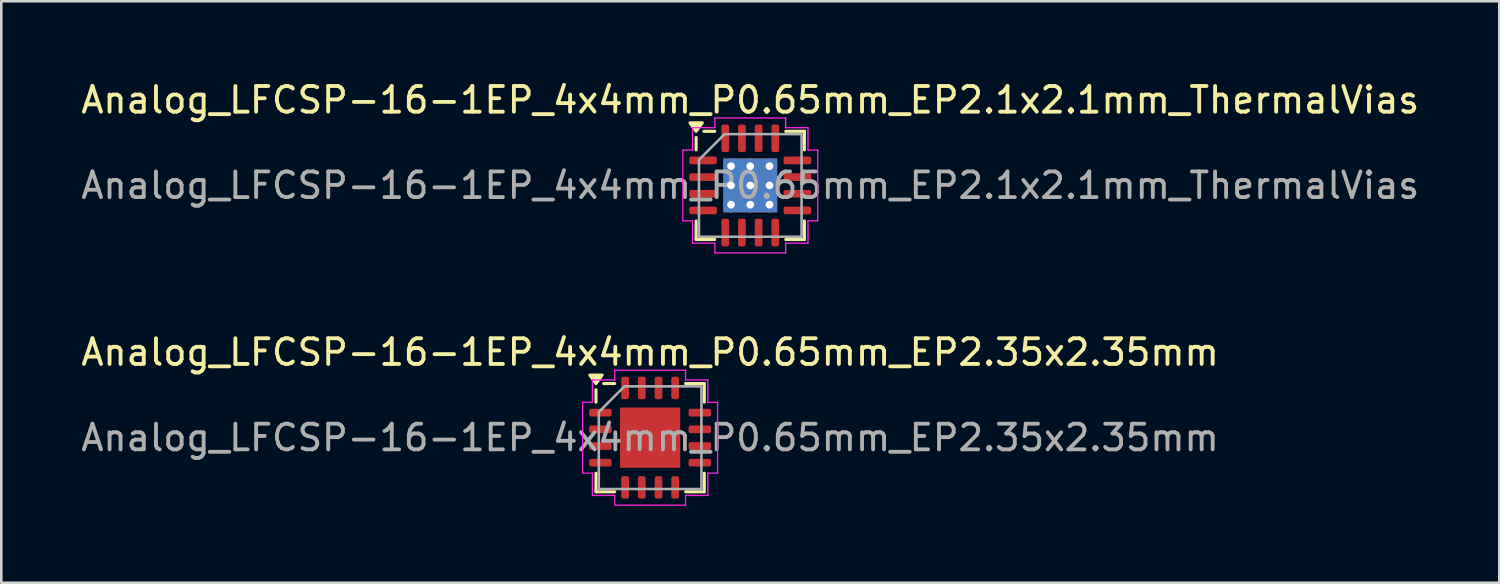
<source format=kicad_pcb>
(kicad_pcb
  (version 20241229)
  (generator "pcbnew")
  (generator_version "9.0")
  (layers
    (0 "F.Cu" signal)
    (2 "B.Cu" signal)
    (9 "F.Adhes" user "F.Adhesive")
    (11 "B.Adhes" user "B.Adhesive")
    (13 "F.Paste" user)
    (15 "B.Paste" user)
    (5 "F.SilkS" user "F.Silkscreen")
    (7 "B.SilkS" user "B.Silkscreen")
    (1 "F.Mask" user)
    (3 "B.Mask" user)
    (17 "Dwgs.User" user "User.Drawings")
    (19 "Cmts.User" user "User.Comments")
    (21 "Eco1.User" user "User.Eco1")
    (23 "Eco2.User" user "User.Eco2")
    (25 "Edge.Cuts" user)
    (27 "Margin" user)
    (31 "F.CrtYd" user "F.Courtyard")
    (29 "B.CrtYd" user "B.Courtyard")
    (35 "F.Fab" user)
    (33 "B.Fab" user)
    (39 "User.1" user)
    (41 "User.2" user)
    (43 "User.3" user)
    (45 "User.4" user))
  (footprint "Analog_LFCSP-16-1EP_4x4mm_P0.65mm_EP2.35x2.35mm"
    (layer "F.Cu")
    (at 22.292 14.011)
    (property "Reference" "Analog_LFCSP-16-1EP_4x4mm_P0.65mm_EP2.35x2.35mm" (at 0 -3.33 0) (layer "F.SilkS") (effects (font (size 1 1) (thickness 0.15))))
    (attr smd)
    (fp_line (start -2.11 -1.385) (end -2.11 -1.87) (stroke (width 0.12) (type solid)) (layer "F.SilkS"))
    (fp_line (start -2.11 2.11) (end -2.11 1.385) (stroke (width 0.12) (type solid)) (layer "F.SilkS"))
    (fp_line (start -1.385 -2.11) (end -1.81 -2.11) (stroke (width 0.12) (type solid)) (layer "F.SilkS"))
    (fp_line (start -1.385 2.11) (end -2.11 2.11) (stroke (width 0.12) (type solid)) (layer "F.SilkS"))
    (fp_line (start 1.385 -2.11) (end 2.11 -2.11) (stroke (width 0.12) (type solid)) (layer "F.SilkS"))
    (fp_line (start 1.385 2.11) (end 2.11 2.11) (stroke (width 0.12) (type solid)) (layer "F.SilkS"))
    (fp_line (start 2.11 -2.11) (end 2.11 -1.385) (stroke (width 0.12) (type solid)) (layer "F.SilkS"))
    (fp_line (start 2.11 2.11) (end 2.11 1.385) (stroke (width 0.12) (type solid)) (layer "F.SilkS"))
    (fp_poly (pts (xy -2.11 -2.11) (xy -2.35 -2.44) (xy -1.87 -2.44)) (stroke (width 0.12) (type solid)) (fill yes) (layer "F.SilkS"))
    (fp_line (start -2.63 -1.38) (end -2.25 -1.38) (stroke (width 0.05) (type solid)) (layer "F.CrtYd"))
    (fp_line (start -2.63 1.38) (end -2.63 -1.38) (stroke (width 0.05) (type solid)) (layer "F.CrtYd"))
    (fp_line (start -2.25 -2.25) (end -1.38 -2.25) (stroke (width 0.05) (type solid)) (layer "F.CrtYd"))
    (fp_line (start -2.25 -1.38) (end -2.25 -2.25) (stroke (width 0.05) (type solid)) (layer "F.CrtYd"))
    (fp_line (start -2.25 1.38) (end -2.63 1.38) (stroke (width 0.05) (type solid)) (layer "F.CrtYd"))
    (fp_line (start -2.25 2.25) (end -2.25 1.38) (stroke (width 0.05) (type solid)) (layer "F.CrtYd"))
    (fp_line (start -1.38 -2.63) (end 1.38 -2.63) (stroke (width 0.05) (type solid)) (layer "F.CrtYd"))
    (fp_line (start -1.38 -2.25) (end -1.38 -2.63) (stroke (width 0.05) (type solid)) (layer "F.CrtYd"))
    (fp_line (start -1.38 2.25) (end -2.25 2.25) (stroke (width 0.05) (type solid)) (layer "F.CrtYd"))
    (fp_line (start -1.38 2.63) (end -1.38 2.25) (stroke (width 0.05) (type solid)) (layer "F.CrtYd"))
    (fp_line (start 1.38 -2.63) (end 1.38 -2.25) (stroke (width 0.05) (type solid)) (layer "F.CrtYd"))
    (fp_line (start 1.38 -2.25) (end 2.25 -2.25) (stroke (width 0.05) (type solid)) (layer "F.CrtYd"))
    (fp_line (start 1.38 2.25) (end 1.38 2.63) (stroke (width 0.05) (type solid)) (layer "F.CrtYd"))
    (fp_line (start 1.38 2.63) (end -1.38 2.63) (stroke (width 0.05) (type solid)) (layer "F.CrtYd"))
    (fp_line (start 2.25 -2.25) (end 2.25 -1.38) (stroke (width 0.05) (type solid)) (layer "F.CrtYd"))
    (fp_line (start 2.25 -1.38) (end 2.63 -1.38) (stroke (width 0.05) (type solid)) (layer "F.CrtYd"))
    (fp_line (start 2.25 1.38) (end 2.25 2.25) (stroke (width 0.05) (type solid)) (layer "F.CrtYd"))
    (fp_line (start 2.25 2.25) (end 1.38 2.25) (stroke (width 0.05) (type solid)) (layer "F.CrtYd"))
    (fp_line (start 2.63 -1.38) (end 2.63 1.38) (stroke (width 0.05) (type solid)) (layer "F.CrtYd"))
    (fp_line (start 2.63 1.38) (end 2.25 1.38) (stroke (width 0.05) (type solid)) (layer "F.CrtYd"))
    (fp_poly (pts (xy -2 -1) (xy -2 2) (xy 2 2) (xy 2 -2) (xy -1 -2)) (stroke (width 0.1) (type solid)) (fill no) (layer "F.Fab"))
    (fp_text user "${REFERENCE}" (at 0 0 0) (layer "F.Fab") (effects (font (size 1 1) (thickness 0.15))))
    (pad "" smd roundrect (at -0.59 -0.59) (size 0.95 0.95) (layers "F.Paste") (roundrect_rratio 0.25))
    (pad "" smd roundrect (at -0.59 0.59) (size 0.95 0.95) (layers "F.Paste") (roundrect_rratio 0.25))
    (pad "" smd roundrect (at 0.59 -0.59) (size 0.95 0.95) (layers "F.Paste") (roundrect_rratio 0.25))
    (pad "" smd roundrect (at 0.59 0.59) (size 0.95 0.95) (layers "F.Paste") (roundrect_rratio 0.25))
    (pad "1" smd roundrect (at -1.938 -0.975) (size 0.875 0.3) (layers "F.Cu" "F.Mask" "F.Paste") (roundrect_rratio 0.25))
    (pad "2" smd roundrect (at -1.938 -0.325) (size 0.875 0.3) (layers "F.Cu" "F.Mask" "F.Paste") (roundrect_rratio 0.25))
    (pad "3" smd roundrect (at -1.938 0.325) (size 0.875 0.3) (layers "F.Cu" "F.Mask" "F.Paste") (roundrect_rratio 0.25))
    (pad "4" smd roundrect (at -1.938 0.975) (size 0.875 0.3) (layers "F.Cu" "F.Mask" "F.Paste") (roundrect_rratio 0.25))
    (pad "5" smd roundrect (at -0.975 1.938) (size 0.3 0.875) (layers "F.Cu" "F.Mask" "F.Paste") (roundrect_rratio 0.25))
    (pad "6" smd roundrect (at -0.325 1.938) (size 0.3 0.875) (layers "F.Cu" "F.Mask" "F.Paste") (roundrect_rratio 0.25))
    (pad "7" smd roundrect (at 0.325 1.938) (size 0.3 0.875) (layers "F.Cu" "F.Mask" "F.Paste") (roundrect_rratio 0.25))
    (pad "8" smd roundrect (at 0.975 1.938) (size 0.3 0.875) (layers "F.Cu" "F.Mask" "F.Paste") (roundrect_rratio 0.25))
    (pad "9" smd roundrect (at 1.938 0.975) (size 0.875 0.3) (layers "F.Cu" "F.Mask" "F.Paste") (roundrect_rratio 0.25))
    (pad "10" smd roundrect (at 1.938 0.325) (size 0.875 0.3) (layers "F.Cu" "F.Mask" "F.Paste") (roundrect_rratio 0.25))
    (pad "11" smd roundrect (at 1.938 -0.325) (size 0.875 0.3) (layers "F.Cu" "F.Mask" "F.Paste") (roundrect_rratio 0.25))
    (pad "12" smd roundrect (at 1.938 -0.975) (size 0.875 0.3) (layers "F.Cu" "F.Mask" "F.Paste") (roundrect_rratio 0.25))
    (pad "13" smd roundrect (at 0.975 -1.938) (size 0.3 0.875) (layers "F.Cu" "F.Mask" "F.Paste") (roundrect_rratio 0.25))
    (pad "14" smd roundrect (at 0.325 -1.938) (size 0.3 0.875) (layers "F.Cu" "F.Mask" "F.Paste") (roundrect_rratio 0.25))
    (pad "15" smd roundrect (at -0.325 -1.938) (size 0.3 0.875) (layers "F.Cu" "F.Mask" "F.Paste") (roundrect_rratio 0.25))
    (pad "16" smd roundrect (at -0.975 -1.938) (size 0.3 0.875) (layers "F.Cu" "F.Mask" "F.Paste") (roundrect_rratio 0.25))
    (pad "17" smd rect (at 0 0) (size 2.35 2.35) (property pad_prop_heatsink) (layers "F.Cu" "F.Mask")))
  (footprint "Analog_LFCSP-16-1EP_4x4mm_P0.65mm_EP2.1x2.1mm_ThermalVias"
    (layer "F.Cu")
    (at 26.196 4.178)
    (property "Reference" "Analog_LFCSP-16-1EP_4x4mm_P0.65mm_EP2.1x2.1mm_ThermalVias" (at 0 -3.33 0) (layer "F.SilkS") (effects (font (size 1 1) (thickness 0.15))))
    (attr smd)
    (fp_line (start -2.11 -1.385) (end -2.11 -1.87) (stroke (width 0.12) (type solid)) (layer "F.SilkS"))
    (fp_line (start -2.11 2.11) (end -2.11 1.385) (stroke (width 0.12) (type solid)) (layer "F.SilkS"))
    (fp_line (start -1.385 -2.11) (end -1.81 -2.11) (stroke (width 0.12) (type solid)) (layer "F.SilkS"))
    (fp_line (start -1.385 2.11) (end -2.11 2.11) (stroke (width 0.12) (type solid)) (layer "F.SilkS"))
    (fp_line (start 1.385 -2.11) (end 2.11 -2.11) (stroke (width 0.12) (type solid)) (layer "F.SilkS"))
    (fp_line (start 1.385 2.11) (end 2.11 2.11) (stroke (width 0.12) (type solid)) (layer "F.SilkS"))
    (fp_line (start 2.11 -2.11) (end 2.11 -1.385) (stroke (width 0.12) (type solid)) (layer "F.SilkS"))
    (fp_line (start 2.11 2.11) (end 2.11 1.385) (stroke (width 0.12) (type solid)) (layer "F.SilkS"))
    (fp_poly (pts (xy -2.11 -2.11) (xy -2.35 -2.44) (xy -1.87 -2.44)) (stroke (width 0.12) (type solid)) (fill yes) (layer "F.SilkS"))
    (fp_line (start -2.63 -1.38) (end -2.25 -1.38) (stroke (width 0.05) (type solid)) (layer "F.CrtYd"))
    (fp_line (start -2.63 1.38) (end -2.63 -1.38) (stroke (width 0.05) (type solid)) (layer "F.CrtYd"))
    (fp_line (start -2.25 -2.25) (end -1.38 -2.25) (stroke (width 0.05) (type solid)) (layer "F.CrtYd"))
    (fp_line (start -2.25 -1.38) (end -2.25 -2.25) (stroke (width 0.05) (type solid)) (layer "F.CrtYd"))
    (fp_line (start -2.25 1.38) (end -2.63 1.38) (stroke (width 0.05) (type solid)) (layer "F.CrtYd"))
    (fp_line (start -2.25 2.25) (end -2.25 1.38) (stroke (width 0.05) (type solid)) (layer "F.CrtYd"))
    (fp_line (start -1.38 -2.63) (end 1.38 -2.63) (stroke (width 0.05) (type solid)) (layer "F.CrtYd"))
    (fp_line (start -1.38 -2.25) (end -1.38 -2.63) (stroke (width 0.05) (type solid)) (layer "F.CrtYd"))
    (fp_line (start -1.38 2.25) (end -2.25 2.25) (stroke (width 0.05) (type solid)) (layer "F.CrtYd"))
    (fp_line (start -1.38 2.63) (end -1.38 2.25) (stroke (width 0.05) (type solid)) (layer "F.CrtYd"))
    (fp_line (start 1.38 -2.63) (end 1.38 -2.25) (stroke (width 0.05) (type solid)) (layer "F.CrtYd"))
    (fp_line (start 1.38 -2.25) (end 2.25 -2.25) (stroke (width 0.05) (type solid)) (layer "F.CrtYd"))
    (fp_line (start 1.38 2.25) (end 1.38 2.63) (stroke (width 0.05) (type solid)) (layer "F.CrtYd"))
    (fp_line (start 1.38 2.63) (end -1.38 2.63) (stroke (width 0.05) (type solid)) (layer "F.CrtYd"))
    (fp_line (start 2.25 -2.25) (end 2.25 -1.38) (stroke (width 0.05) (type solid)) (layer "F.CrtYd"))
    (fp_line (start 2.25 -1.38) (end 2.63 -1.38) (stroke (width 0.05) (type solid)) (layer "F.CrtYd"))
    (fp_line (start 2.25 1.38) (end 2.25 2.25) (stroke (width 0.05) (type solid)) (layer "F.CrtYd"))
    (fp_line (start 2.25 2.25) (end 1.38 2.25) (stroke (width 0.05) (type solid)) (layer "F.CrtYd"))
    (fp_line (start 2.63 -1.38) (end 2.63 1.38) (stroke (width 0.05) (type solid)) (layer "F.CrtYd"))
    (fp_line (start 2.63 1.38) (end 2.25 1.38) (stroke (width 0.05) (type solid)) (layer "F.CrtYd"))
    (fp_poly (pts (xy -2 -1) (xy -2 2) (xy 2 2) (xy 2 -2) (xy -1 -2)) (stroke (width 0.1) (type solid)) (fill no) (layer "F.Fab"))
    (fp_text user "${REFERENCE}" (at 0 0 0) (layer "F.Fab") (effects (font (size 1 1) (thickness 0.15))))
    (pad "" smd roundrect (at -0.525 -0.525) (size 0.91 0.91) (layers "F.Paste") (roundrect_rratio 0.25))
    (pad "" smd roundrect (at -0.525 0.525) (size 0.91 0.91) (layers "F.Paste") (roundrect_rratio 0.25))
    (pad "" smd roundrect (at 0.525 -0.525) (size 0.91 0.91) (layers "F.Paste") (roundrect_rratio 0.25))
    (pad "" smd roundrect (at 0.525 0.525) (size 0.91 0.91) (layers "F.Paste") (roundrect_rratio 0.25))
    (pad "1" smd roundrect (at -1.837 -0.975) (size 1.075 0.3) (layers "F.Cu" "F.Mask" "F.Paste") (roundrect_rratio 0.25))
    (pad "2" smd roundrect (at -1.837 -0.325) (size 1.075 0.3) (layers "F.Cu" "F.Mask" "F.Paste") (roundrect_rratio 0.25))
    (pad "3" smd roundrect (at -1.837 0.325) (size 1.075 0.3) (layers "F.Cu" "F.Mask" "F.Paste") (roundrect_rratio 0.25))
    (pad "4" smd roundrect (at -1.837 0.975) (size 1.075 0.3) (layers "F.Cu" "F.Mask" "F.Paste") (roundrect_rratio 0.25))
    (pad "5" smd roundrect (at -0.975 1.837) (size 0.3 1.075) (layers "F.Cu" "F.Mask" "F.Paste") (roundrect_rratio 0.25))
    (pad "6" smd roundrect (at -0.325 1.837) (size 0.3 1.075) (layers "F.Cu" "F.Mask" "F.Paste") (roundrect_rratio 0.25))
    (pad "7" smd roundrect (at 0.325 1.837) (size 0.3 1.075) (layers "F.Cu" "F.Mask" "F.Paste") (roundrect_rratio 0.25))
    (pad "8" smd roundrect (at 0.975 1.837) (size 0.3 1.075) (layers "F.Cu" "F.Mask" "F.Paste") (roundrect_rratio 0.25))
    (pad "9" smd roundrect (at 1.837 0.975) (size 1.075 0.3) (layers "F.Cu" "F.Mask" "F.Paste") (roundrect_rratio 0.25))
    (pad "10" smd roundrect (at 1.837 0.325) (size 1.075 0.3) (layers "F.Cu" "F.Mask" "F.Paste") (roundrect_rratio 0.25))
    (pad "11" smd roundrect (at 1.837 -0.325) (size 1.075 0.3) (layers "F.Cu" "F.Mask" "F.Paste") (roundrect_rratio 0.25))
    (pad "12" smd roundrect (at 1.837 -0.975) (size 1.075 0.3) (layers "F.Cu" "F.Mask" "F.Paste") (roundrect_rratio 0.25))
    (pad "13" smd roundrect (at 0.975 -1.837) (size 0.3 1.075) (layers "F.Cu" "F.Mask" "F.Paste") (roundrect_rratio 0.25))
    (pad "14" smd roundrect (at 0.325 -1.837) (size 0.3 1.075) (layers "F.Cu" "F.Mask" "F.Paste") (roundrect_rratio 0.25))
    (pad "15" smd roundrect (at -0.325 -1.837) (size 0.3 1.075) (layers "F.Cu" "F.Mask" "F.Paste") (roundrect_rratio 0.25))
    (pad "16" smd roundrect (at -0.975 -1.837) (size 0.3 1.075) (layers "F.Cu" "F.Mask" "F.Paste") (roundrect_rratio 0.25))
    (pad "17" thru_hole circle (at -0.75 -0.75) (size 0.6 0.6) (drill 0.3) (property pad_prop_heatsink) (layers "*.Cu"))
    (pad "17" thru_hole circle (at -0.75 0) (size 0.6 0.6) (drill 0.3) (property pad_prop_heatsink) (layers "*.Cu"))
    (pad "17" thru_hole circle (at -0.75 0.75) (size 0.6 0.6) (drill 0.3) (property pad_prop_heatsink) (layers "*.Cu"))
    (pad "17" thru_hole circle (at 0 -0.75) (size 0.6 0.6) (drill 0.3) (property pad_prop_heatsink) (layers "*.Cu"))
    (pad "17" thru_hole circle (at 0 0) (size 0.6 0.6) (drill 0.3) (property pad_prop_heatsink) (layers "*.Cu"))
    (pad "17" smd rect (at 0 0) (size 2.1 2.1) (property pad_prop_heatsink) (layers "F.Cu" "F.Mask"))
    (pad "17" smd rect (at 0 0) (size 2.1 2.1) (property pad_prop_heatsink) (layers "B.Cu"))
    (pad "17" thru_hole circle (at 0 0.75) (size 0.6 0.6) (drill 0.3) (property pad_prop_heatsink) (layers "*.Cu"))
    (pad "17" thru_hole circle (at 0.75 -0.75) (size 0.6 0.6) (drill 0.3) (property pad_prop_heatsink) (layers "*.Cu"))
    (pad "17" thru_hole circle (at 0.75 0) (size 0.6 0.6) (drill 0.3) (property pad_prop_heatsink) (layers "*.Cu"))
    (pad "17" thru_hole circle (at 0.75 0.75) (size 0.6 0.6) (drill 0.3) (property pad_prop_heatsink) (layers "*.Cu")))
  (gr_rect
    (start -3 -3)
    (end 55.393 19.666)
    (stroke (width 0.1) (type default))
    (fill no)
    (layer "Edge.Cuts")))
</source>
